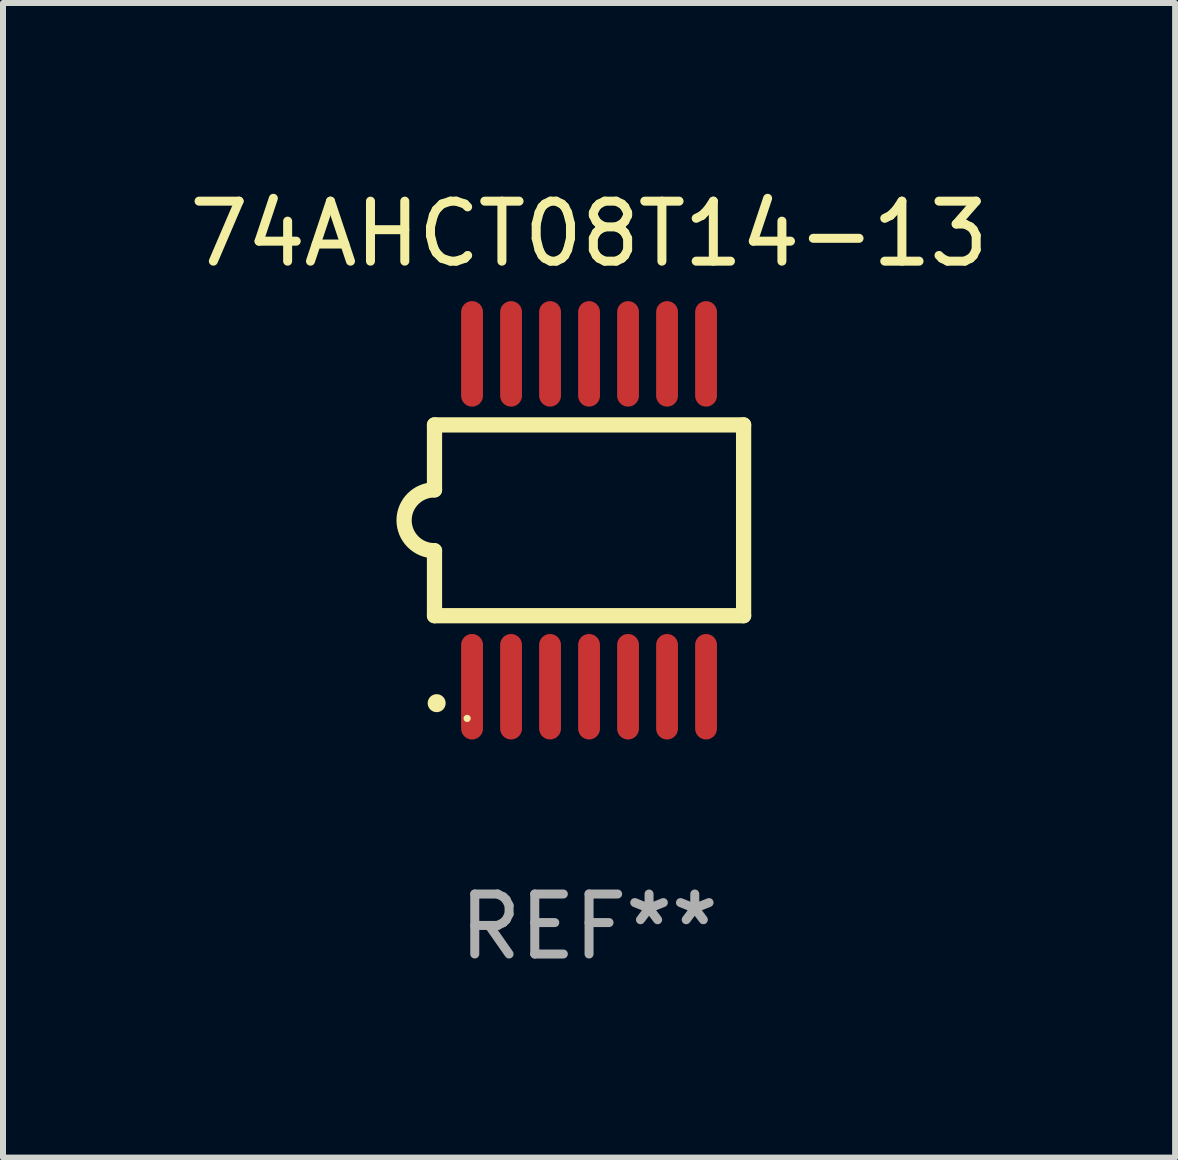
<source format=kicad_pcb>
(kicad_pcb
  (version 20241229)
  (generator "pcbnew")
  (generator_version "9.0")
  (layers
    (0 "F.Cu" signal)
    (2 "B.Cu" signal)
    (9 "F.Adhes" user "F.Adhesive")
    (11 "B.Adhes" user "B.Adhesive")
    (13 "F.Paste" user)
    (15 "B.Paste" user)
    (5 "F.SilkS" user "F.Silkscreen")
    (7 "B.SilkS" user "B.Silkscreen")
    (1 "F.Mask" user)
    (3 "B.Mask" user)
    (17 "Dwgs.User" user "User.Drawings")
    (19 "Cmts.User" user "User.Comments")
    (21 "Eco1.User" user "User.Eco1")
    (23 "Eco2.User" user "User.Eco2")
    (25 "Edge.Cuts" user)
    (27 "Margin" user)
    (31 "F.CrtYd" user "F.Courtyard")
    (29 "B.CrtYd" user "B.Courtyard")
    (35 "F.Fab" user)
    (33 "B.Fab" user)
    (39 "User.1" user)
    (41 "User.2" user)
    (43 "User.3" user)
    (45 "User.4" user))
  (footprint "74AHCT08T14-13"
    (layer "F.Cu")
    (at 6.768 5.622)
    (property "Reference" "74AHCT08T14-13" (at 0 -4.774 0) (layer "F.SilkS") (effects (font (size 1 1) (thickness 0.15))))
    (attr through_hole)
    (fp_line (start -2.576 -1.59) (end -2.576 -0.508) (stroke (width 0.254) (type solid)) (layer "F.SilkS"))
    (fp_line (start -2.576 -1.59) (end 2.576 -1.59) (stroke (width 0.254) (type solid)) (layer "F.SilkS"))
    (fp_line (start -2.576 1.59) (end -2.576 0.508) (stroke (width 0.254) (type solid)) (layer "F.SilkS"))
    (fp_line (start 2.576 -1.59) (end 2.576 1.59) (stroke (width 0.254) (type solid)) (layer "F.SilkS"))
    (fp_line (start 2.576 1.59) (end -2.576 1.59) (stroke (width 0.254) (type solid)) (layer "F.SilkS"))
    (fp_arc (start -2.576099 0.506706) (mid -3.081511 0) (end -2.576098 -0.506706) (stroke (width 0.254001) (type solid)) (layer "F.SilkS"))
    (fp_circle (center -2.54 3.048) (end -2.465 3.048) (stroke (width 0.15) (type solid)) (fill no) (layer "F.SilkS"))
    (fp_circle (center -2.032 3.302) (end -2.002 3.302) (stroke (width 0.06) (type solid)) (fill no) (layer "F.SilkS"))
    (fp_text user "REF**" (at 0 6.774 0) (layer "F.Fab") (effects (font (size 1 1) (thickness 0.15))))
    (pad "1" smd oval (at -1.95 2.774) (size 0.364 1.758) (layers "F.Cu" "F.Mask" "F.Paste"))
    (pad "2" smd oval (at -1.3 2.774) (size 0.364 1.758) (layers "F.Cu" "F.Mask" "F.Paste"))
    (pad "3" smd oval (at -0.65 2.774) (size 0.364 1.758) (layers "F.Cu" "F.Mask" "F.Paste"))
    (pad "4" smd oval (at 0 2.774) (size 0.364 1.758) (layers "F.Cu" "F.Mask" "F.Paste"))
    (pad "5" smd oval (at 0.65 2.774) (size 0.364 1.758) (layers "F.Cu" "F.Mask" "F.Paste"))
    (pad "6" smd oval (at 1.3 2.774) (size 0.364 1.758) (layers "F.Cu" "F.Mask" "F.Paste"))
    (pad "7" smd oval (at 1.95 2.774) (size 0.364 1.758) (layers "F.Cu" "F.Mask" "F.Paste"))
    (pad "8" smd oval (at 1.95 -2.774) (size 0.364 1.758) (layers "F.Cu" "F.Mask" "F.Paste"))
    (pad "9" smd oval (at 1.3 -2.774) (size 0.364 1.758) (layers "F.Cu" "F.Mask" "F.Paste"))
    (pad "10" smd oval (at 0.65 -2.774) (size 0.364 1.758) (layers "F.Cu" "F.Mask" "F.Paste"))
    (pad "11" smd oval (at 0 -2.774) (size 0.364 1.758) (layers "F.Cu" "F.Mask" "F.Paste"))
    (pad "12" smd oval (at -0.65 -2.774) (size 0.364 1.758) (layers "F.Cu" "F.Mask" "F.Paste"))
    (pad "13" smd oval (at -1.3 -2.774) (size 0.364 1.758) (layers "F.Cu" "F.Mask" "F.Paste"))
    (pad "14" smd oval (at -1.95 -2.774) (size 0.364 1.758) (layers "F.Cu" "F.Mask" "F.Paste")))
  (gr_rect
    (start -3 -3)
    (end 16.536 16.244)
    (stroke (width 0.1) (type default))
    (fill no)
    (layer "Edge.Cuts")))
</source>
